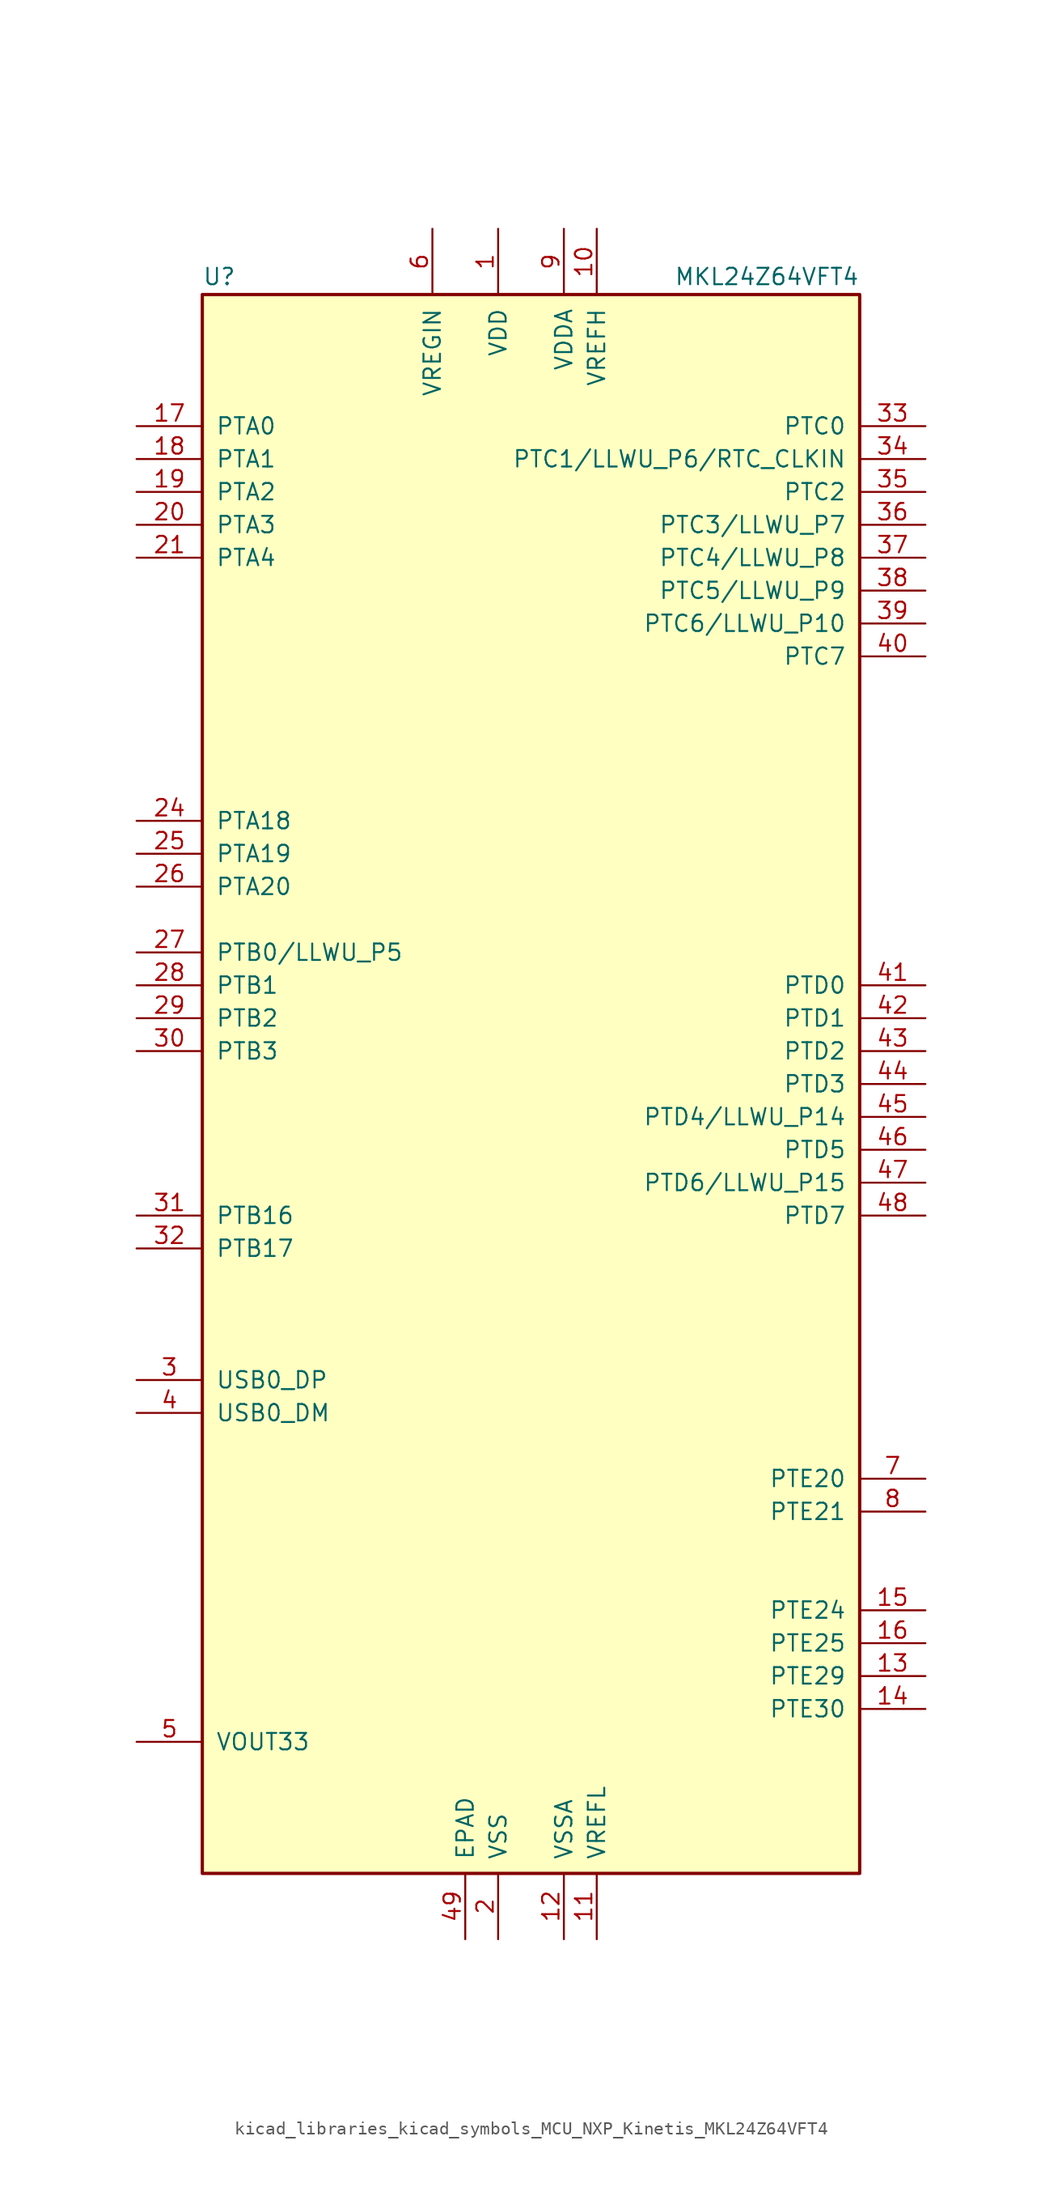
<source format=kicad_sym>
(kicad_symbol_lib
  (version 20220914)
  (generator kicad_symbol_editor)
  (symbol "kicad_libraries_kicad_symbols_MCU_NXP_Kinetis_MKL24Z64VFT4"
    (pin_names
      (offset 1.016))
    (property "Reference" "U"
      (at -25.4 61.595 0)
      (effects (font (size 1.27 1.27)) (justify left bottom)))
    (property "Value" "MKL24Z64VFT4"
      (at 25.4 61.595 0)
      (effects (font (size 1.27 1.27)) (justify right bottom)))
    (symbol "kicad_libraries_kicad_symbols_MCU_NXP_Kinetis_MKL24Z64VFT4_0_1"
      (rectangle (start -25.4 60.96) (end 25.4 -60.96) (stroke (width 0.254) (type default)) (fill (type background))))
    (symbol "kicad_libraries_kicad_symbols_MCU_NXP_Kinetis_MKL24Z64VFT4_1_1"
      (pin power_in line (at -2.54 66.04 270) (length 5.08) (name "VDD" (effects (font (size 1.27 1.27)))) (number "1" (effects (font (size 1.27 1.27)))))
      (pin power_in line (at 5.08 66.04 270) (length 5.08) (name "VREFH" (effects (font (size 1.27 1.27)))) (number "10" (effects (font (size 1.27 1.27)))))
      (pin power_in line (at 5.08 -66.04 90) (length 5.08) (name "VREFL" (effects (font (size 1.27 1.27)))) (number "11" (effects (font (size 1.27 1.27)))))
      (pin power_in line (at 2.54 -66.04 90) (length 5.08) (name "VSSA" (effects (font (size 1.27 1.27)))) (number "12" (effects (font (size 1.27 1.27)))))
      (pin bidirectional line (at 30.48 -45.72 180) (length 5.08) (name "PTE29" (effects (font (size 1.27 1.27)))) (number "13" (effects (font (size 1.27 1.27)))))
      (pin bidirectional line (at 30.48 -48.26 180) (length 5.08) (name "PTE30" (effects (font (size 1.27 1.27)))) (number "14" (effects (font (size 1.27 1.27)))))
      (pin bidirectional line (at 30.48 -40.64 180) (length 5.08) (name "PTE24" (effects (font (size 1.27 1.27)))) (number "15" (effects (font (size 1.27 1.27)))))
      (pin bidirectional line (at 30.48 -43.18 180) (length 5.08) (name "PTE25" (effects (font (size 1.27 1.27)))) (number "16" (effects (font (size 1.27 1.27)))))
      (pin bidirectional line (at -30.48 50.8 0) (length 5.08) (name "PTA0" (effects (font (size 1.27 1.27)))) (number "17" (effects (font (size 1.27 1.27)))))
      (pin bidirectional line (at -30.48 48.26 0) (length 5.08) (name "PTA1" (effects (font (size 1.27 1.27)))) (number "18" (effects (font (size 1.27 1.27)))))
      (pin bidirectional line (at -30.48 45.72 0) (length 5.08) (name "PTA2" (effects (font (size 1.27 1.27)))) (number "19" (effects (font (size 1.27 1.27)))))
      (pin power_in line (at -2.54 -66.04 90) (length 5.08) (name "VSS" (effects (font (size 1.27 1.27)))) (number "2" (effects (font (size 1.27 1.27)))))
      (pin bidirectional line (at -30.48 43.18 0) (length 5.08) (name "PTA3" (effects (font (size 1.27 1.27)))) (number "20" (effects (font (size 1.27 1.27)))))
      (pin bidirectional line (at -30.48 40.64 0) (length 5.08) (name "PTA4" (effects (font (size 1.27 1.27)))) (number "21" (effects (font (size 1.27 1.27)))))
      (pin passive line (at -2.54 66.04 270) (length 5.08) hide (name "VDD" (effects (font (size 1.27 1.27)))) (number "22" (effects (font (size 1.27 1.27)))))
      (pin passive line (at -2.54 -66.04 90) (length 5.08) hide (name "VSS" (effects (font (size 1.27 1.27)))) (number "23" (effects (font (size 1.27 1.27)))))
      (pin bidirectional line (at -30.48 20.32 0) (length 5.08) (name "PTA18" (effects (font (size 1.27 1.27)))) (number "24" (effects (font (size 1.27 1.27)))))
      (pin bidirectional line (at -30.48 17.78 0) (length 5.08) (name "PTA19" (effects (font (size 1.27 1.27)))) (number "25" (effects (font (size 1.27 1.27)))))
      (pin bidirectional line (at -30.48 15.24 0) (length 5.08) (name "PTA20" (effects (font (size 1.27 1.27)))) (number "26" (effects (font (size 1.27 1.27)))))
      (pin bidirectional line (at -30.48 10.16 0) (length 5.08) (name "PTB0/LLWU_P5" (effects (font (size 1.27 1.27)))) (number "27" (effects (font (size 1.27 1.27)))))
      (pin bidirectional line (at -30.48 7.62 0) (length 5.08) (name "PTB1" (effects (font (size 1.27 1.27)))) (number "28" (effects (font (size 1.27 1.27)))))
      (pin bidirectional line (at -30.48 5.08 0) (length 5.08) (name "PTB2" (effects (font (size 1.27 1.27)))) (number "29" (effects (font (size 1.27 1.27)))))
      (pin bidirectional line (at -30.48 -22.86 0) (length 5.08) (name "USB0_DP" (effects (font (size 1.27 1.27)))) (number "3" (effects (font (size 1.27 1.27)))))
      (pin bidirectional line (at -30.48 2.54 0) (length 5.08) (name "PTB3" (effects (font (size 1.27 1.27)))) (number "30" (effects (font (size 1.27 1.27)))))
      (pin bidirectional line (at -30.48 -10.16 0) (length 5.08) (name "PTB16" (effects (font (size 1.27 1.27)))) (number "31" (effects (font (size 1.27 1.27)))))
      (pin bidirectional line (at -30.48 -12.7 0) (length 5.08) (name "PTB17" (effects (font (size 1.27 1.27)))) (number "32" (effects (font (size 1.27 1.27)))))
      (pin bidirectional line (at 30.48 50.8 180) (length 5.08) (name "PTC0" (effects (font (size 1.27 1.27)))) (number "33" (effects (font (size 1.27 1.27)))))
      (pin bidirectional line (at 30.48 48.26 180) (length 5.08) (name "PTC1/LLWU_P6/RTC_CLKIN" (effects (font (size 1.27 1.27)))) (number "34" (effects (font (size 1.27 1.27)))))
      (pin bidirectional line (at 30.48 45.72 180) (length 5.08) (name "PTC2" (effects (font (size 1.27 1.27)))) (number "35" (effects (font (size 1.27 1.27)))))
      (pin bidirectional line (at 30.48 43.18 180) (length 5.08) (name "PTC3/LLWU_P7" (effects (font (size 1.27 1.27)))) (number "36" (effects (font (size 1.27 1.27)))))
      (pin bidirectional line (at 30.48 40.64 180) (length 5.08) (name "PTC4/LLWU_P8" (effects (font (size 1.27 1.27)))) (number "37" (effects (font (size 1.27 1.27)))))
      (pin bidirectional line (at 30.48 38.1 180) (length 5.08) (name "PTC5/LLWU_P9" (effects (font (size 1.27 1.27)))) (number "38" (effects (font (size 1.27 1.27)))))
      (pin bidirectional line (at 30.48 35.56 180) (length 5.08) (name "PTC6/LLWU_P10" (effects (font (size 1.27 1.27)))) (number "39" (effects (font (size 1.27 1.27)))))
      (pin bidirectional line (at -30.48 -25.4 0) (length 5.08) (name "USB0_DM" (effects (font (size 1.27 1.27)))) (number "4" (effects (font (size 1.27 1.27)))))
      (pin bidirectional line (at 30.48 33.02 180) (length 5.08) (name "PTC7" (effects (font (size 1.27 1.27)))) (number "40" (effects (font (size 1.27 1.27)))))
      (pin bidirectional line (at 30.48 7.62 180) (length 5.08) (name "PTD0" (effects (font (size 1.27 1.27)))) (number "41" (effects (font (size 1.27 1.27)))))
      (pin bidirectional line (at 30.48 5.08 180) (length 5.08) (name "PTD1" (effects (font (size 1.27 1.27)))) (number "42" (effects (font (size 1.27 1.27)))))
      (pin bidirectional line (at 30.48 2.54 180) (length 5.08) (name "PTD2" (effects (font (size 1.27 1.27)))) (number "43" (effects (font (size 1.27 1.27)))))
      (pin bidirectional line (at 30.48 0 180) (length 5.08) (name "PTD3" (effects (font (size 1.27 1.27)))) (number "44" (effects (font (size 1.27 1.27)))))
      (pin bidirectional line (at 30.48 -2.54 180) (length 5.08) (name "PTD4/LLWU_P14" (effects (font (size 1.27 1.27)))) (number "45" (effects (font (size 1.27 1.27)))))
      (pin bidirectional line (at 30.48 -5.08 180) (length 5.08) (name "PTD5" (effects (font (size 1.27 1.27)))) (number "46" (effects (font (size 1.27 1.27)))))
      (pin bidirectional line (at 30.48 -7.62 180) (length 5.08) (name "PTD6/LLWU_P15" (effects (font (size 1.27 1.27)))) (number "47" (effects (font (size 1.27 1.27)))))
      (pin bidirectional line (at 30.48 -10.16 180) (length 5.08) (name "PTD7" (effects (font (size 1.27 1.27)))) (number "48" (effects (font (size 1.27 1.27)))))
      (pin power_in line (at -5.08 -66.04 90) (length 5.08) (name "EPAD" (effects (font (size 1.27 1.27)))) (number "49" (effects (font (size 1.27 1.27)))))
      (pin power_out line (at -30.48 -50.8 0) (length 5.08) (name "VOUT33" (effects (font (size 1.27 1.27)))) (number "5" (effects (font (size 1.27 1.27)))))
      (pin power_in line (at -7.62 66.04 270) (length 5.08) (name "VREGIN" (effects (font (size 1.27 1.27)))) (number "6" (effects (font (size 1.27 1.27)))))
      (pin bidirectional line (at 30.48 -30.48 180) (length 5.08) (name "PTE20" (effects (font (size 1.27 1.27)))) (number "7" (effects (font (size 1.27 1.27)))))
      (pin bidirectional line (at 30.48 -33.02 180) (length 5.08) (name "PTE21" (effects (font (size 1.27 1.27)))) (number "8" (effects (font (size 1.27 1.27)))))
      (pin power_in line (at 2.54 66.04 270) (length 5.08) (name "VDDA" (effects (font (size 1.27 1.27)))) (number "9" (effects (font (size 1.27 1.27))))))))
</source>
